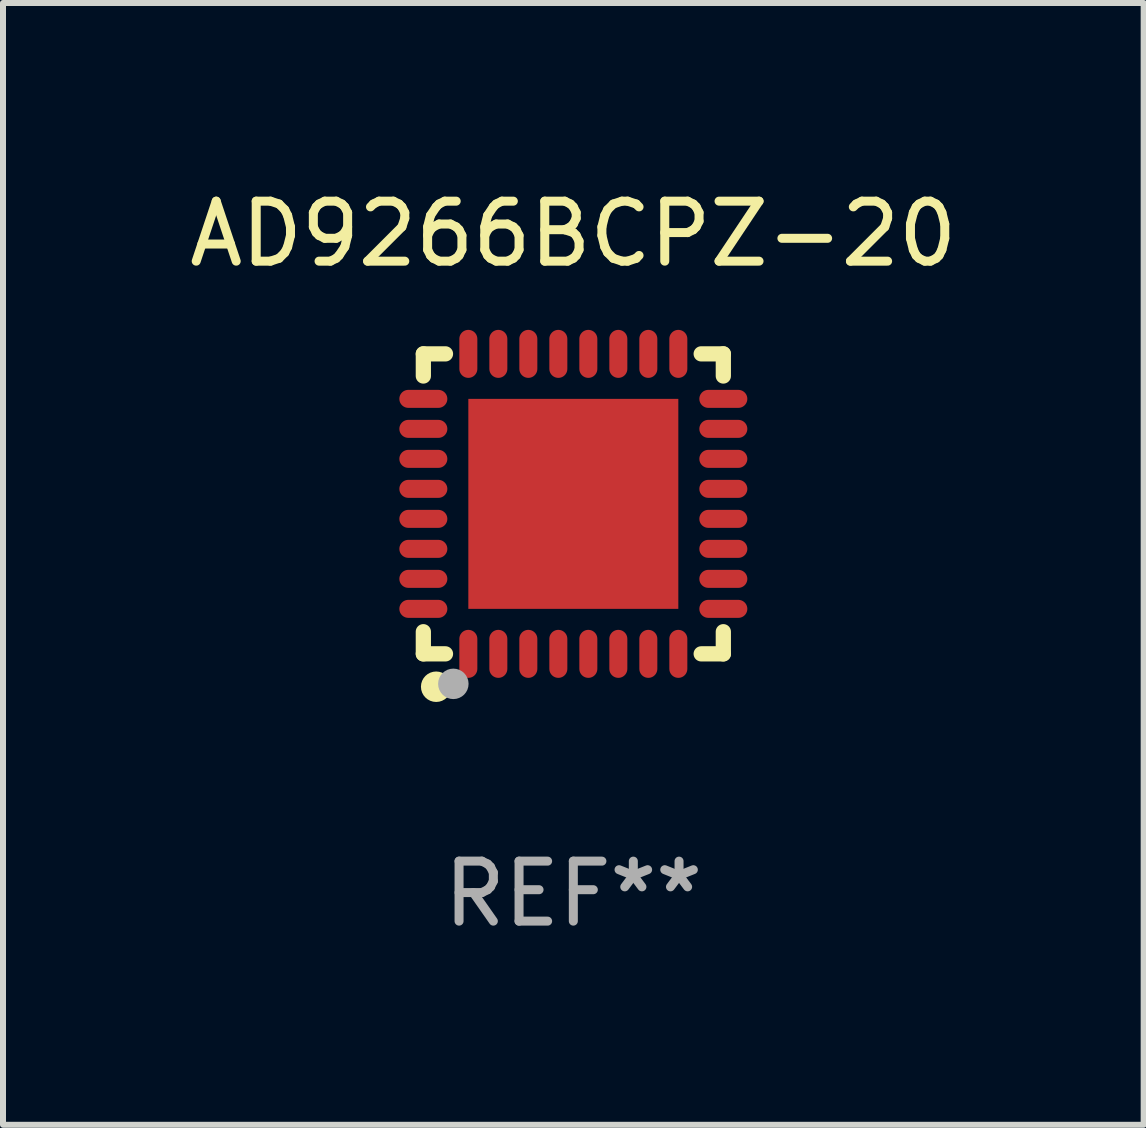
<source format=kicad_pcb>
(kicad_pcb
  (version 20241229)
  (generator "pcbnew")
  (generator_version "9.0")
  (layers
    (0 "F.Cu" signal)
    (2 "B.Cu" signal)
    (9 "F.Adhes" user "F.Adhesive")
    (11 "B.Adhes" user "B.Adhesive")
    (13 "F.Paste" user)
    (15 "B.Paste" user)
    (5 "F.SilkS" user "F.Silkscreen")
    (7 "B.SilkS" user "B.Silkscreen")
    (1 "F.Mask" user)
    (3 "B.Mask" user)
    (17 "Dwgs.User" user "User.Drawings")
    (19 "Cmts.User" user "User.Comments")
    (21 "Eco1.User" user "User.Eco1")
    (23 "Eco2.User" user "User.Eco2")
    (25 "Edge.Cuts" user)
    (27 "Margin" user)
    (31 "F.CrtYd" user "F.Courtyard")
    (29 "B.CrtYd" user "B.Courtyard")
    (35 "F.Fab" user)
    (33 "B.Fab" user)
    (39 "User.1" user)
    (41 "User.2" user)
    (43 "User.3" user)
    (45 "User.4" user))
  (footprint "AD9266BCPZ-20"
    (layer "F.Cu")
    (at 6.506 5.348)
    (property "Reference" "AD9266BCPZ-20" (at 0 -4.5 0) (layer "F.SilkS") (effects (font (size 1 1) (thickness 0.15))))
    (attr through_hole)
    (fp_line (start -2.5 -2.5) (end -2.131 -2.5) (stroke (width 0.254) (type solid)) (layer "F.SilkS"))
    (fp_line (start -2.5 -2.131) (end -2.5 -2.5) (stroke (width 0.254) (type solid)) (layer "F.SilkS"))
    (fp_line (start -2.5 2.5) (end -2.5 2.131) (stroke (width 0.254) (type solid)) (layer "F.SilkS"))
    (fp_line (start -2.131 2.5) (end -2.5 2.5) (stroke (width 0.254) (type solid)) (layer "F.SilkS"))
    (fp_line (start 2.131 -2.5) (end 2.5 -2.5) (stroke (width 0.254) (type solid)) (layer "F.SilkS"))
    (fp_line (start 2.5 -2.5) (end 2.5 -2.131) (stroke (width 0.254) (type solid)) (layer "F.SilkS"))
    (fp_line (start 2.5 2.131) (end 2.5 2.5) (stroke (width 0.254) (type solid)) (layer "F.SilkS"))
    (fp_line (start 2.5 2.5) (end 2.131 2.5) (stroke (width 0.254) (type solid)) (layer "F.SilkS"))
    (fp_circle (center -2.5 2.5) (end -2.47 2.5) (stroke (width 0.06) (type solid)) (fill no) (layer "F.SilkS"))
    (fp_circle (center -2.286 3.048) (end -2.159 3.048) (stroke (width 0.254) (type solid)) (fill no) (layer "F.SilkS"))
    (fp_circle (center -2 3) (end -1.873 3) (stroke (width 0.254) (type solid)) (fill no) (layer "F.Fab"))
    (fp_text user "REF**" (at 0 6.5 0) (layer "F.Fab") (effects (font (size 1 1) (thickness 0.15))))
    (pad "1" smd oval (at -1.75 2.5 90) (size 0.8 0.3) (layers "F.Cu" "F.Mask" "F.Paste"))
    (pad "2" smd oval (at -1.25 2.5 90) (size 0.8 0.3) (layers "F.Cu" "F.Mask" "F.Paste"))
    (pad "3" smd oval (at -0.75 2.5 90) (size 0.8 0.3) (layers "F.Cu" "F.Mask" "F.Paste"))
    (pad "4" smd oval (at -0.25 2.5 90) (size 0.8 0.3) (layers "F.Cu" "F.Mask" "F.Paste"))
    (pad "5" smd oval (at 0.25 2.5 90) (size 0.8 0.3) (layers "F.Cu" "F.Mask" "F.Paste"))
    (pad "6" smd oval (at 0.75 2.5 90) (size 0.8 0.3) (layers "F.Cu" "F.Mask" "F.Paste"))
    (pad "7" smd oval (at 1.25 2.5 90) (size 0.8 0.3) (layers "F.Cu" "F.Mask" "F.Paste"))
    (pad "8" smd oval (at 1.75 2.5 90) (size 0.8 0.3) (layers "F.Cu" "F.Mask" "F.Paste"))
    (pad "9" smd oval (at 2.5 1.75 180) (size 0.8 0.3) (layers "F.Cu" "F.Mask" "F.Paste"))
    (pad "10" smd oval (at 2.5 1.25 180) (size 0.8 0.3) (layers "F.Cu" "F.Mask" "F.Paste"))
    (pad "11" smd oval (at 2.5 0.75 180) (size 0.8 0.3) (layers "F.Cu" "F.Mask" "F.Paste"))
    (pad "12" smd oval (at 2.5 0.25 180) (size 0.8 0.3) (layers "F.Cu" "F.Mask" "F.Paste"))
    (pad "13" smd oval (at 2.5 -0.25 180) (size 0.8 0.3) (layers "F.Cu" "F.Mask" "F.Paste"))
    (pad "14" smd oval (at 2.5 -0.75 180) (size 0.8 0.3) (layers "F.Cu" "F.Mask" "F.Paste"))
    (pad "15" smd oval (at 2.5 -1.25 180) (size 0.8 0.3) (layers "F.Cu" "F.Mask" "F.Paste"))
    (pad "16" smd oval (at 2.5 -1.75 180) (size 0.8 0.3) (layers "F.Cu" "F.Mask" "F.Paste"))
    (pad "17" smd oval (at 1.75 -2.5 270) (size 0.8 0.3) (layers "F.Cu" "F.Mask" "F.Paste"))
    (pad "18" smd oval (at 1.25 -2.5 270) (size 0.8 0.3) (layers "F.Cu" "F.Mask" "F.Paste"))
    (pad "19" smd oval (at 0.75 -2.5 270) (size 0.8 0.3) (layers "F.Cu" "F.Mask" "F.Paste"))
    (pad "20" smd oval (at 0.25 -2.5 270) (size 0.8 0.3) (layers "F.Cu" "F.Mask" "F.Paste"))
    (pad "21" smd oval (at -0.25 -2.5 270) (size 0.8 0.3) (layers "F.Cu" "F.Mask" "F.Paste"))
    (pad "22" smd oval (at -0.75 -2.5 270) (size 0.8 0.3) (layers "F.Cu" "F.Mask" "F.Paste"))
    (pad "23" smd oval (at -1.25 -2.5 270) (size 0.8 0.3) (layers "F.Cu" "F.Mask" "F.Paste"))
    (pad "24" smd oval (at -1.75 -2.5 270) (size 0.8 0.3) (layers "F.Cu" "F.Mask" "F.Paste"))
    (pad "25" smd oval (at -2.5 -1.75) (size 0.8 0.3) (layers "F.Cu" "F.Mask" "F.Paste"))
    (pad "26" smd oval (at -2.5 -1.25) (size 0.8 0.3) (layers "F.Cu" "F.Mask" "F.Paste"))
    (pad "27" smd oval (at -2.5 -0.75) (size 0.8 0.3) (layers "F.Cu" "F.Mask" "F.Paste"))
    (pad "28" smd oval (at -2.5 -0.25) (size 0.8 0.3) (layers "F.Cu" "F.Mask" "F.Paste"))
    (pad "29" smd oval (at -2.5 0.25) (size 0.8 0.3) (layers "F.Cu" "F.Mask" "F.Paste"))
    (pad "30" smd oval (at -2.5 0.75) (size 0.8 0.3) (layers "F.Cu" "F.Mask" "F.Paste"))
    (pad "31" smd oval (at -2.5 1.25) (size 0.8 0.3) (layers "F.Cu" "F.Mask" "F.Paste"))
    (pad "32" smd oval (at -2.5 1.75) (size 0.8 0.3) (layers "F.Cu" "F.Mask" "F.Paste"))
    (pad "33" smd rect (at -0.000127 0.000127 90) (size 3.5 3.5) (layers "F.Cu" "F.Mask" "F.Paste")))
  (gr_rect
    (start -3 -3)
    (end 16.012 15.697)
    (stroke (width 0.1) (type default))
    (fill no)
    (layer "Edge.Cuts")))
</source>
